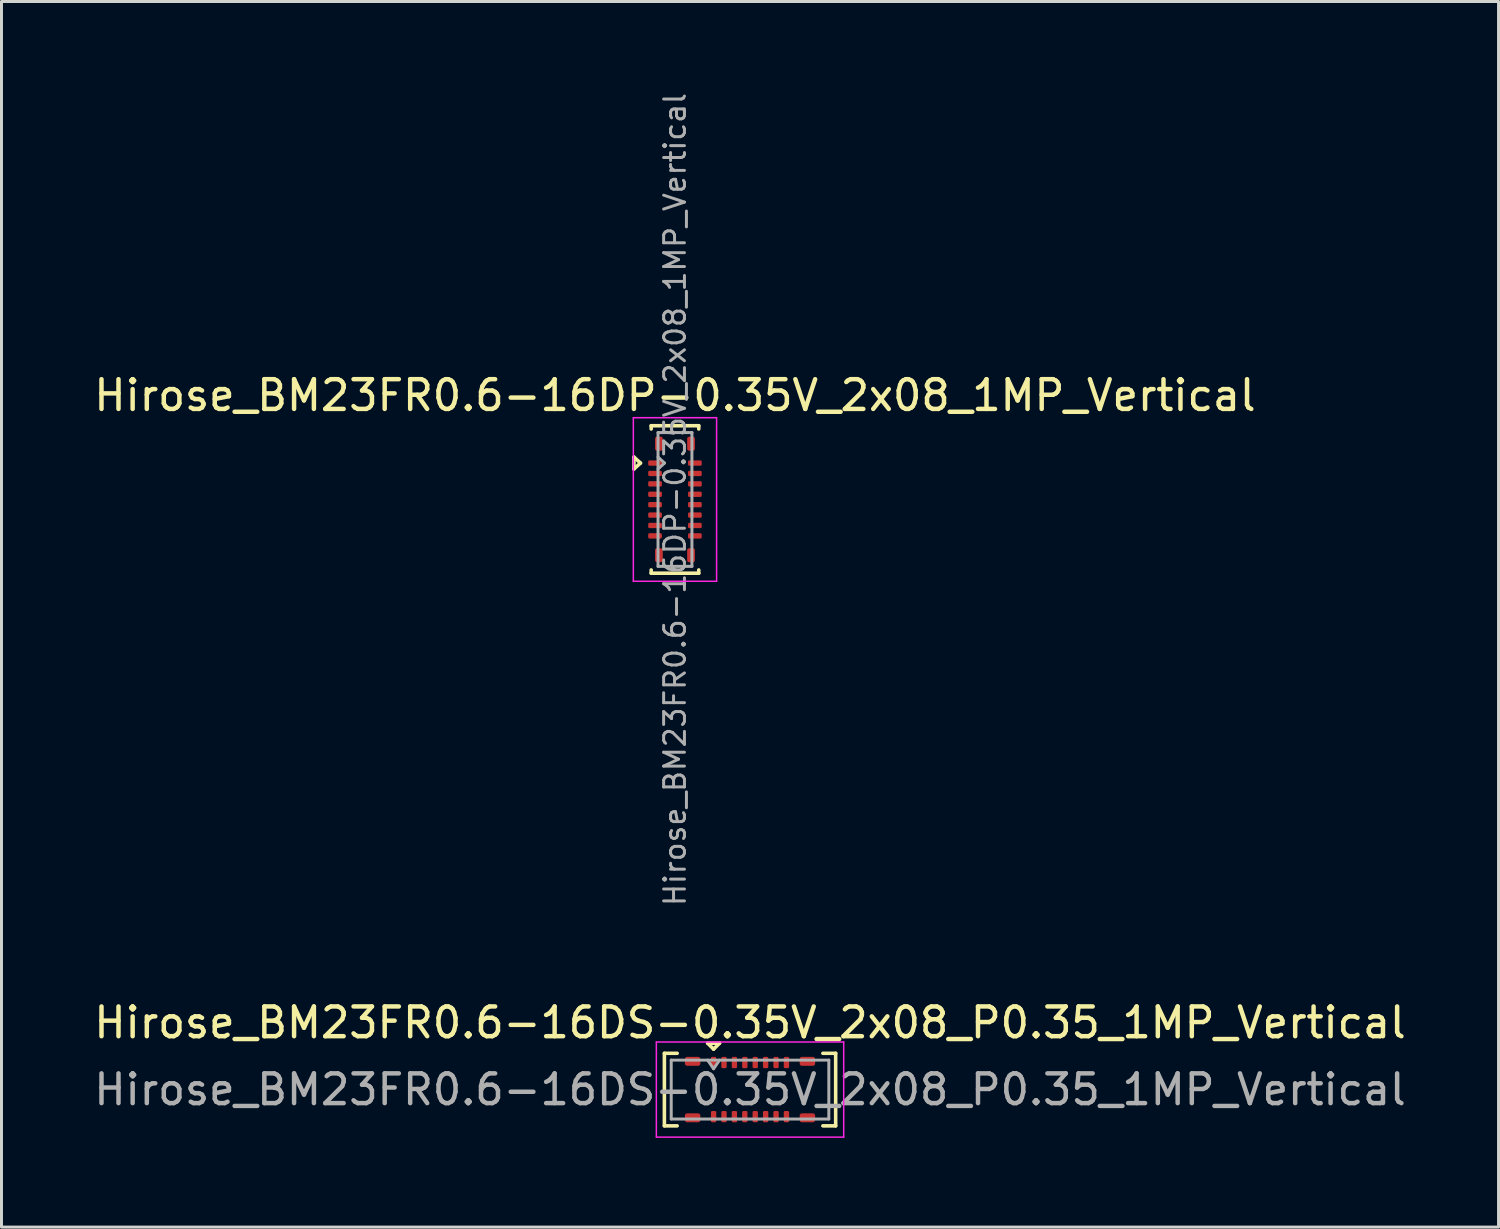
<source format=kicad_pcb>
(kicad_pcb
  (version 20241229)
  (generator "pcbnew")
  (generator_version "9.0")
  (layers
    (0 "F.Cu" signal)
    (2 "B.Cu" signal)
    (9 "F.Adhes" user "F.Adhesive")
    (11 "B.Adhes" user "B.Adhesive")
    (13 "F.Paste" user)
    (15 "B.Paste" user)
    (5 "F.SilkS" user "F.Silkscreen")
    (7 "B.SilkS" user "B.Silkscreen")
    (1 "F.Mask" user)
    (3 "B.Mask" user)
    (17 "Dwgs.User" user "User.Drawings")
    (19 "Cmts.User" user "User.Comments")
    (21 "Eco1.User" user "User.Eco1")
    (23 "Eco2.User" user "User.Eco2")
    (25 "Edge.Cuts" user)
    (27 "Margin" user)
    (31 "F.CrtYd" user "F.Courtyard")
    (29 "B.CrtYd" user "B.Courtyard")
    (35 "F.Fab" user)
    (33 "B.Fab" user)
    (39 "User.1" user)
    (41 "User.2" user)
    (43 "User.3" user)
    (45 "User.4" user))
  (footprint "Hirose_BM23FR0.6-16DP-0.35V_2x08_1MP_Vertical"
    (layer "F.Cu")
    (at 19.649 13.747)
    (property "Reference" "Hirose_BM23FR0.6-16DP-0.35V_2x08_1MP_Vertical" (at 0 -3.5 0) (layer "F.SilkS") (effects (font (size 1 1) (thickness 0.15))))
    (attr smd)
    (fp_line (start -1.38 -1.425) (end -1.38 -1.025) (stroke (width 0.12) (type solid)) (layer "F.SilkS"))
    (fp_line (start -1.16 -1.225) (end -1.38 -1.425) (stroke (width 0.12) (type solid)) (layer "F.SilkS"))
    (fp_line (start -1.16 -1.225) (end -1.38 -1.025) (stroke (width 0.12) (type solid)) (layer "F.SilkS"))
    (fp_line (start -0.8 -2.48) (end -0.8 -2.37) (stroke (width 0.12) (type solid)) (layer "F.SilkS"))
    (fp_line (start -0.8 -2.48) (end 0.8 -2.48) (stroke (width 0.12) (type solid)) (layer "F.SilkS"))
    (fp_line (start -0.8 2.37) (end -0.8 2.48) (stroke (width 0.12) (type solid)) (layer "F.SilkS"))
    (fp_line (start -0.8 2.48) (end 0.8 2.48) (stroke (width 0.12) (type solid)) (layer "F.SilkS"))
    (fp_line (start 0.8 -2.37) (end 0.8 -2.48) (stroke (width 0.12) (type solid)) (layer "F.SilkS"))
    (fp_line (start 0.8 2.48) (end 0.8 2.37) (stroke (width 0.12) (type solid)) (layer "F.SilkS"))
    (fp_line (start -1.4 -2.75) (end 1.4 -2.75) (stroke (width 0.05) (type solid)) (layer "F.CrtYd"))
    (fp_line (start -1.4 2.75) (end -1.4 -2.75) (stroke (width 0.05) (type solid)) (layer "F.CrtYd"))
    (fp_line (start 1.4 -2.75) (end 1.4 2.75) (stroke (width 0.05) (type solid)) (layer "F.CrtYd"))
    (fp_line (start 1.4 2.75) (end -1.4 2.75) (stroke (width 0.05) (type solid)) (layer "F.CrtYd"))
    (fp_line (start -0.57 -2.25) (end 0.57 -2.25) (stroke (width 0.1) (type solid)) (layer "F.Fab"))
    (fp_line (start -0.57 -1.425) (end -0.35 -1.225) (stroke (width 0.1) (type solid)) (layer "F.Fab"))
    (fp_line (start -0.57 2.25) (end -0.57 -2.25) (stroke (width 0.1) (type solid)) (layer "F.Fab"))
    (fp_line (start -0.35 -1.225) (end -0.57 -1.025) (stroke (width 0.1) (type solid)) (layer "F.Fab"))
    (fp_line (start 0.57 -2.25) (end 0.57 2.25) (stroke (width 0.1) (type solid)) (layer "F.Fab"))
    (fp_line (start 0.57 2.25) (end -0.57 2.25) (stroke (width 0.1) (type solid)) (layer "F.Fab"))
    (fp_text user "${REFERENCE}" (at 0 0 90) (layer "F.Fab") (effects (font (size 0.7 0.7) (thickness 0.1))))
    (pad "1" smd roundrect (at -0.67 -1.225 90) (size 0.18 0.46) (layers "F.Cu" "F.Mask" "F.Paste") (roundrect_rratio 0.25))
    (pad "2" smd roundrect (at 0.67 -1.225 90) (size 0.18 0.46) (layers "F.Cu" "F.Mask" "F.Paste") (roundrect_rratio 0.25))
    (pad "3" smd roundrect (at -0.67 -0.875 90) (size 0.18 0.46) (layers "F.Cu" "F.Mask" "F.Paste") (roundrect_rratio 0.25))
    (pad "4" smd roundrect (at 0.67 -0.875 90) (size 0.18 0.46) (layers "F.Cu" "F.Mask" "F.Paste") (roundrect_rratio 0.25))
    (pad "5" smd roundrect (at -0.67 -0.525 90) (size 0.18 0.46) (layers "F.Cu" "F.Mask" "F.Paste") (roundrect_rratio 0.25))
    (pad "6" smd roundrect (at 0.67 -0.525 90) (size 0.18 0.46) (layers "F.Cu" "F.Mask" "F.Paste") (roundrect_rratio 0.25))
    (pad "7" smd roundrect (at -0.67 -0.175 90) (size 0.18 0.46) (layers "F.Cu" "F.Mask" "F.Paste") (roundrect_rratio 0.25))
    (pad "8" smd roundrect (at 0.67 -0.175 90) (size 0.18 0.46) (layers "F.Cu" "F.Mask" "F.Paste") (roundrect_rratio 0.25))
    (pad "9" smd roundrect (at -0.67 0.175 90) (size 0.18 0.46) (layers "F.Cu" "F.Mask" "F.Paste") (roundrect_rratio 0.25))
    (pad "10" smd roundrect (at 0.67 0.175 90) (size 0.18 0.46) (layers "F.Cu" "F.Mask" "F.Paste") (roundrect_rratio 0.25))
    (pad "11" smd roundrect (at -0.67 0.525 90) (size 0.18 0.46) (layers "F.Cu" "F.Mask" "F.Paste") (roundrect_rratio 0.25))
    (pad "12" smd roundrect (at 0.67 0.525 90) (size 0.18 0.46) (layers "F.Cu" "F.Mask" "F.Paste") (roundrect_rratio 0.25))
    (pad "13" smd roundrect (at -0.67 0.875 90) (size 0.18 0.46) (layers "F.Cu" "F.Mask" "F.Paste") (roundrect_rratio 0.25))
    (pad "14" smd roundrect (at 0.67 0.875 90) (size 0.18 0.46) (layers "F.Cu" "F.Mask" "F.Paste") (roundrect_rratio 0.25))
    (pad "15" smd roundrect (at -0.67 1.225 90) (size 0.18 0.46) (layers "F.Cu" "F.Mask" "F.Paste") (roundrect_rratio 0.25))
    (pad "16" smd roundrect (at 0.67 1.225 90) (size 0.18 0.46) (layers "F.Cu" "F.Mask" "F.Paste") (roundrect_rratio 0.25))
    (pad "MP" smd roundrect (at -0.54 -1.875 90) (size 0.47 0.26) (layers "F.Cu" "F.Mask" "F.Paste") (roundrect_rratio 0.25))
    (pad "MP" smd roundrect (at -0.54 1.875 90) (size 0.47 0.26) (layers "F.Cu" "F.Mask" "F.Paste") (roundrect_rratio 0.25))
    (pad "MP" smd roundrect (at 0.54 -1.875 90) (size 0.47 0.26) (layers "F.Cu" "F.Mask" "F.Paste") (roundrect_rratio 0.25))
    (pad "MP" smd roundrect (at 0.54 1.875 90) (size 0.47 0.26) (layers "F.Cu" "F.Mask" "F.Paste") (roundrect_rratio 0.25))
    (zone (net_name "") (layer "F.Cu") (hatch edge 0.508) (connect_pads) (min_thickness 0.254) (filled_areas_thickness no) (keepout (tracks not_allowed) (vias not_allowed) (pads not_allowed) (copperpour not_allowed) (footprints allowed)) (placement (enabled no)) (fill) (polygon (pts (xy 20.649 12.167) (xy 18.649 12.167) (xy 18.649 11.097) (xy 20.649 11.097))))
    (zone (net_name "") (layer "F.Cu") (hatch edge 0.508) (connect_pads) (min_thickness 0.254) (filled_areas_thickness no) (keepout (tracks not_allowed) (vias not_allowed) (pads not_allowed) (copperpour not_allowed) (footprints allowed)) (placement (enabled no)) (fill) (polygon (pts (xy 20.649 16.397) (xy 18.649 16.397) (xy 18.649 15.327) (xy 20.649 15.327)))))
  (footprint "Hirose_BM23FR0.6-16DS-0.35V_2x08_P0.35_1MP_Vertical"
    (layer "F.Cu")
    (at 22.173 33.592)
    (property "Reference" "Hirose_BM23FR0.6-16DS-0.35V_2x08_P0.35_1MP_Vertical" (at 0 -2.25 0) (layer "F.SilkS") (effects (font (size 1 1) (thickness 0.15))))
    (attr smd)
    (fp_line (start -2.88 -1.22) (end -2.88 1.22) (stroke (width 0.12) (type solid)) (layer "F.SilkS"))
    (fp_line (start -2.88 1.22) (end -2.45 1.22) (stroke (width 0.12) (type solid)) (layer "F.SilkS"))
    (fp_line (start -2.45 -1.22) (end -2.88 -1.22) (stroke (width 0.12) (type solid)) (layer "F.SilkS"))
    (fp_line (start -1.425 -1.56) (end -1.225 -1.36) (stroke (width 0.12) (type solid)) (layer "F.SilkS"))
    (fp_line (start -1.425 -1.56) (end -1.025 -1.56) (stroke (width 0.12) (type solid)) (layer "F.SilkS"))
    (fp_line (start -1.225 -1.36) (end -1.025 -1.56) (stroke (width 0.12) (type solid)) (layer "F.SilkS"))
    (fp_line (start 2.45 -1.22) (end 2.88 -1.22) (stroke (width 0.12) (type solid)) (layer "F.SilkS"))
    (fp_line (start 2.88 -1.22) (end 2.88 1.22) (stroke (width 0.12) (type solid)) (layer "F.SilkS"))
    (fp_line (start 2.88 1.22) (end 2.45 1.22) (stroke (width 0.12) (type solid)) (layer "F.SilkS"))
    (fp_line (start -3.15 -1.6) (end 3.15 -1.6) (stroke (width 0.05) (type solid)) (layer "F.CrtYd"))
    (fp_line (start -3.15 1.6) (end -3.15 -1.6) (stroke (width 0.05) (type solid)) (layer "F.CrtYd"))
    (fp_line (start 3.15 -1.6) (end 3.15 1.6) (stroke (width 0.05) (type solid)) (layer "F.CrtYd"))
    (fp_line (start 3.15 1.6) (end -3.15 1.6) (stroke (width 0.05) (type solid)) (layer "F.CrtYd"))
    (fp_line (start -2.65 -0.99) (end 2.65 -0.99) (stroke (width 0.1) (type solid)) (layer "F.Fab"))
    (fp_line (start -2.65 0.99) (end -2.65 -0.99) (stroke (width 0.1) (type solid)) (layer "F.Fab"))
    (fp_line (start -1.425 -0.99) (end -1.225 -0.7) (stroke (width 0.1) (type solid)) (layer "F.Fab"))
    (fp_line (start -1.225 -0.7) (end -1.025 -0.99) (stroke (width 0.1) (type solid)) (layer "F.Fab"))
    (fp_line (start 2.65 -0.99) (end 2.65 0.99) (stroke (width 0.1) (type solid)) (layer "F.Fab"))
    (fp_line (start 2.65 0.99) (end -2.65 0.99) (stroke (width 0.1) (type solid)) (layer "F.Fab"))
    (fp_text user "${REFERENCE}" (at 0 0 0) (layer "F.Fab") (effects (font (size 1 1) (thickness 0.15))))
    (pad "1" smd roundrect (at -1.225 -0.91) (size 0.18 0.38) (layers "F.Cu" "F.Mask" "F.Paste") (roundrect_rratio 0.25))
    (pad "2" smd roundrect (at -1.225 0.91) (size 0.18 0.38) (layers "F.Cu" "F.Mask" "F.Paste") (roundrect_rratio 0.25))
    (pad "3" smd roundrect (at -0.875 -0.91) (size 0.18 0.38) (layers "F.Cu" "F.Mask" "F.Paste") (roundrect_rratio 0.25))
    (pad "4" smd roundrect (at -0.875 0.91) (size 0.18 0.38) (layers "F.Cu" "F.Mask" "F.Paste") (roundrect_rratio 0.25))
    (pad "5" smd roundrect (at -0.525 -0.91) (size 0.18 0.38) (layers "F.Cu" "F.Mask" "F.Paste") (roundrect_rratio 0.25))
    (pad "6" smd roundrect (at -0.525 0.91) (size 0.18 0.38) (layers "F.Cu" "F.Mask" "F.Paste") (roundrect_rratio 0.25))
    (pad "7" smd roundrect (at -0.175 -0.91) (size 0.18 0.38) (layers "F.Cu" "F.Mask" "F.Paste") (roundrect_rratio 0.25))
    (pad "8" smd roundrect (at -0.175 0.91) (size 0.18 0.38) (layers "F.Cu" "F.Mask" "F.Paste") (roundrect_rratio 0.25))
    (pad "9" smd roundrect (at 0.175 -0.91) (size 0.18 0.38) (layers "F.Cu" "F.Mask" "F.Paste") (roundrect_rratio 0.25))
    (pad "10" smd roundrect (at 0.175 0.91) (size 0.18 0.38) (layers "F.Cu" "F.Mask" "F.Paste") (roundrect_rratio 0.25))
    (pad "11" smd roundrect (at 0.525 -0.91) (size 0.18 0.38) (layers "F.Cu" "F.Mask" "F.Paste") (roundrect_rratio 0.25))
    (pad "12" smd roundrect (at 0.525 0.91) (size 0.18 0.38) (layers "F.Cu" "F.Mask" "F.Paste") (roundrect_rratio 0.25))
    (pad "13" smd roundrect (at 0.875 -0.91) (size 0.18 0.38) (layers "F.Cu" "F.Mask" "F.Paste") (roundrect_rratio 0.25))
    (pad "14" smd roundrect (at 0.875 0.91) (size 0.18 0.38) (layers "F.Cu" "F.Mask" "F.Paste") (roundrect_rratio 0.25))
    (pad "15" smd roundrect (at 1.225 -0.91) (size 0.18 0.38) (layers "F.Cu" "F.Mask" "F.Paste") (roundrect_rratio 0.25))
    (pad "16" smd roundrect (at 1.225 0.91) (size 0.18 0.38) (layers "F.Cu" "F.Mask" "F.Paste") (roundrect_rratio 0.25))
    (pad "MP" smd roundrect (at -1.93 -0.95) (size 0.52 0.3) (layers "F.Cu" "F.Mask" "F.Paste") (roundrect_rratio 0.25))
    (pad "MP" smd roundrect (at -1.93 0.95) (size 0.52 0.3) (layers "F.Cu" "F.Mask" "F.Paste") (roundrect_rratio 0.25))
    (pad "MP" smd roundrect (at 1.93 -0.95) (size 0.52 0.3) (layers "F.Cu" "F.Mask" "F.Paste") (roundrect_rratio 0.25))
    (pad "MP" smd roundrect (at 1.93 0.95) (size 0.52 0.3) (layers "F.Cu" "F.Mask" "F.Paste") (roundrect_rratio 0.25))
    (zone (net_name "") (layer "F.Cu") (hatch edge 0.508) (connect_pads) (min_thickness 0.254) (filled_areas_thickness no) (keepout (tracks not_allowed) (vias not_allowed) (pads not_allowed) (copperpour not_allowed) (footprints allowed)) (placement (enabled no)) (fill) (polygon (pts (xy 23.593 32.922) (xy 23.593 33.442) (xy 20.753 33.442) (xy 20.753 32.922))))
    (zone (net_name "") (layer "F.Cu") (hatch edge 0.508) (connect_pads) (min_thickness 0.254) (filled_areas_thickness no) (keepout (tracks not_allowed) (vias not_allowed) (pads not_allowed) (copperpour not_allowed) (footprints allowed)) (placement (enabled no)) (fill) (polygon (pts (xy 23.593 33.742) (xy 23.593 34.262) (xy 20.753 34.262) (xy 20.753 33.742)))))
  (gr_rect
    (start -3 -3)
    (end 47.345 38.217)
    (stroke (width 0.1) (type default))
    (fill no)
    (layer "Edge.Cuts")))
</source>
